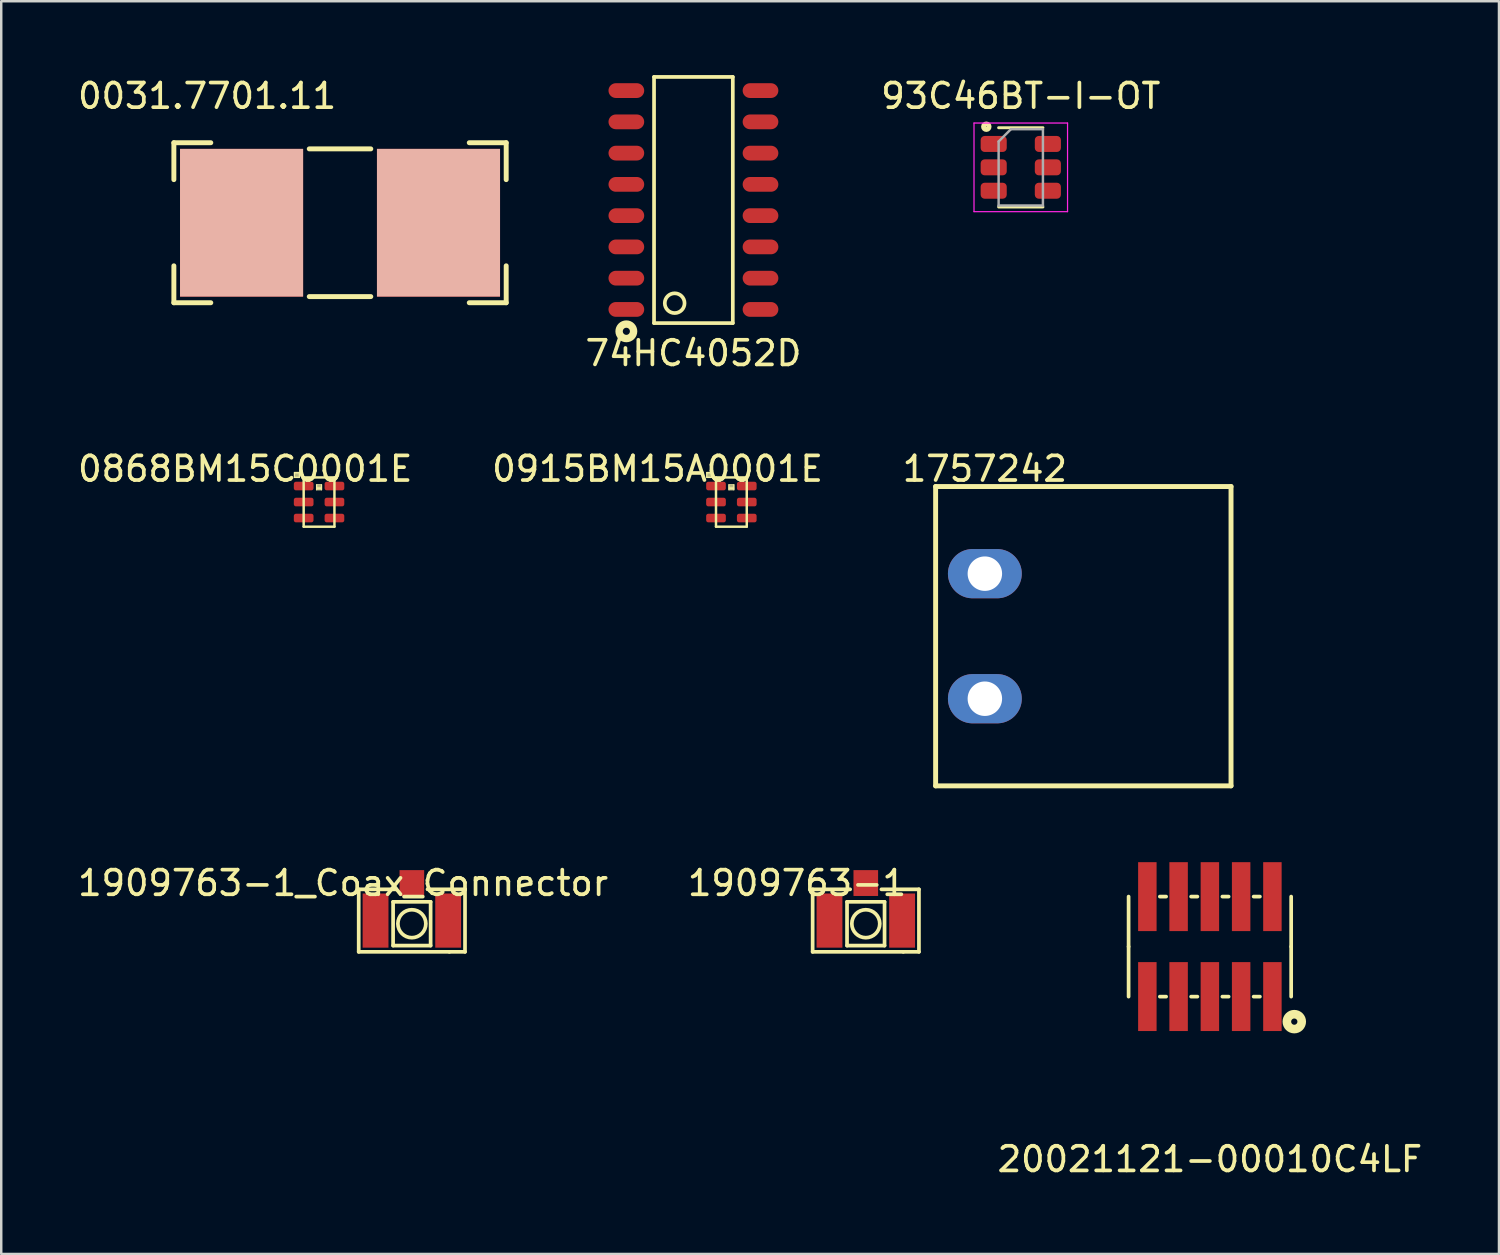
<source format=kicad_pcb>
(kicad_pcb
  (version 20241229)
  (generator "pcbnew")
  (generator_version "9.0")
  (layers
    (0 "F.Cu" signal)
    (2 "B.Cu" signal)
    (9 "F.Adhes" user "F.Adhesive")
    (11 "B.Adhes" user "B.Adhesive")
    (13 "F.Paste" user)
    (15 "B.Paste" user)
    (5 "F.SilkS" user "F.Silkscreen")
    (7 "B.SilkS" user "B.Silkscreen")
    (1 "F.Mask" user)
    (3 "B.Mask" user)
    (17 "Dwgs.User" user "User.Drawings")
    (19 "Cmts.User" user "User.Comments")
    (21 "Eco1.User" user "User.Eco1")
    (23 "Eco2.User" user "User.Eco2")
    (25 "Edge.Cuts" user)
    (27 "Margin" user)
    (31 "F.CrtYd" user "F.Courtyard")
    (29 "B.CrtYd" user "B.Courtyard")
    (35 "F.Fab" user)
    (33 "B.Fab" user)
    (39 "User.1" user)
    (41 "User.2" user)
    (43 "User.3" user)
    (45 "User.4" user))
  (footprint "93C46BT-I-OT"
    (layer "F.Cu")
    (at 38.417 3.748)
    (property "Reference" "93C46BT-I-OT" (at 0 -2.9 0) (layer "F.SilkS") (effects (font (size 1 1) (thickness 0.15))))
    (attr smd)
    (fp_line (start -0.9 -1.61) (end 0.9 -1.61) (stroke (width 0.12) (type solid)) (layer "F.SilkS"))
    (fp_line (start -0.9 1.61) (end 0.9 1.61) (stroke (width 0.12) (type solid)) (layer "F.SilkS"))
    (fp_circle (center -1.4 -1.65) (end -1.3 -1.6) (stroke (width 0.2) (type solid)) (fill no) (layer "F.SilkS"))
    (fp_line (start -1.9 -1.8) (end -1.9 1.8) (stroke (width 0.05) (type solid)) (layer "F.CrtYd"))
    (fp_line (start -1.9 1.8) (end 1.9 1.8) (stroke (width 0.05) (type solid)) (layer "F.CrtYd"))
    (fp_line (start 1.9 -1.8) (end -1.9 -1.8) (stroke (width 0.05) (type solid)) (layer "F.CrtYd"))
    (fp_line (start 1.9 1.8) (end 1.9 -1.8) (stroke (width 0.05) (type solid)) (layer "F.CrtYd"))
    (fp_line (start -0.9 -1.05) (end -0.9 1.55) (stroke (width 0.1) (type solid)) (layer "F.Fab"))
    (fp_line (start -0.4 -1.55) (end -0.9 -1.05) (stroke (width 0.1) (type solid)) (layer "F.Fab"))
    (fp_line (start 0.9 -1.55) (end -0.4 -1.55) (stroke (width 0.1) (type solid)) (layer "F.Fab"))
    (fp_line (start 0.9 -1.55) (end 0.9 1.55) (stroke (width 0.1) (type solid)) (layer "F.Fab"))
    (fp_line (start 0.9 1.55) (end -0.9 1.55) (stroke (width 0.1) (type solid)) (layer "F.Fab"))
    (pad "1" smd roundrect (at -1.1 -0.95) (size 1.06 0.65) (layers "F.Cu" "F.Mask" "F.Paste") (roundrect_rratio 0.25))
    (pad "2" smd roundrect (at -1.1 0) (size 1.06 0.65) (layers "F.Cu" "F.Mask" "F.Paste") (roundrect_rratio 0.25))
    (pad "3" smd roundrect (at -1.1 0.95) (size 1.06 0.65) (layers "F.Cu" "F.Mask" "F.Paste") (roundrect_rratio 0.25))
    (pad "4" smd roundrect (at 1.1 0.95) (size 1.06 0.65) (layers "F.Cu" "F.Mask" "F.Paste") (roundrect_rratio 0.25))
    (pad "5" smd roundrect (at 1.1 0) (size 1.06 0.65) (layers "F.Cu" "F.Mask" "F.Paste") (roundrect_rratio 0.25))
    (pad "6" smd roundrect (at 1.1 -0.95) (size 1.06 0.65) (layers "F.Cu" "F.Mask" "F.Paste") (roundrect_rratio 0.25)))
  (footprint "0031.7701.11"
    (layer "F.Cu")
    (at 10.763 5.998)
    (property "Reference" "0031.7701.11" (at -5.4 -5.15 0) (layer "F.SilkS") (effects (font (size 1 1) (thickness 0.15))))
    (attr through_hole)
    (fp_line (start -6.75 -1.75) (end -6.75 -3.25) (stroke (width 0.2) (type solid)) (layer "F.SilkS"))
    (fp_line (start -6.75 1.75) (end -6.75 3.25) (stroke (width 0.2) (type solid)) (layer "F.SilkS"))
    (fp_line (start -5.25 -3.25) (end -6.75 -3.25) (stroke (width 0.2) (type solid)) (layer "F.SilkS"))
    (fp_line (start -5.25 3.25) (end -6.75 3.25) (stroke (width 0.2) (type solid)) (layer "F.SilkS"))
    (fp_line (start 1.25 -3) (end -1.25 -3) (stroke (width 0.2) (type solid)) (layer "F.SilkS"))
    (fp_line (start 1.25 3) (end -1.25 3) (stroke (width 0.2) (type solid)) (layer "F.SilkS"))
    (fp_line (start 5.25 -3.25) (end 6.75 -3.25) (stroke (width 0.2) (type solid)) (layer "F.SilkS"))
    (fp_line (start 5.25 3.25) (end 6.75 3.25) (stroke (width 0.2) (type solid)) (layer "F.SilkS"))
    (fp_line (start 6.75 -1.75) (end 6.75 -3.25) (stroke (width 0.2) (type solid)) (layer "F.SilkS"))
    (fp_line (start 6.75 1.75) (end 6.75 3.25) (stroke (width 0.2) (type solid)) (layer "F.SilkS"))
    (pad "1" smd rect (at -4 0) (size 5 6) (layers "F.Cu" "F.Mask" "B.SilkS" "F.Paste"))
    (pad "2" smd rect (at 4 0) (size 5 6) (layers "F.Cu" "F.Mask" "B.SilkS" "F.Paste")))
  (footprint "1757242"
    (layer "F.Cu")
    (at 36.958 22.794)
    (property "Reference" "1757242" (at 0 -6.8 0) (layer "F.SilkS") (effects (font (size 1 1) (thickness 0.15))))
    (attr through_hole)
    (fp_line (start -2 -6.08) (end -2 6.08) (stroke (width 0.2) (type solid)) (layer "F.SilkS"))
    (fp_line (start -2 -6.08) (end 10 -6.08) (stroke (width 0.2) (type solid)) (layer "F.SilkS"))
    (fp_line (start -2 6.08) (end 10 6.08) (stroke (width 0.2) (type solid)) (layer "F.SilkS"))
    (fp_line (start 10 -6.08) (end 10 6.08) (stroke (width 0.2) (type solid)) (layer "F.SilkS"))
    (pad "1" thru_hole oval (at 0 -2.54 180) (size 3 2) (drill 1.4) (layers "*.Cu" "*.Mask"))
    (pad "2" thru_hole oval (at 0 2.54 180) (size 3 2) (drill 1.4) (layers "*.Cu" "*.Mask")))
  (footprint "1909763-1"
    (layer "F.Cu")
    (at 32.121 34.347)
    (property "Reference" "1909763-1" (at -2.794 -1.524 0) (layer "F.SilkS") (effects (font (size 1 1) (thickness 0.15))))
    (attr through_hole)
    (fp_line (start -2.159 -1.27) (end -0.635 -1.27) (stroke (width 0.15) (type solid)) (layer "F.SilkS"))
    (fp_line (start -2.159 1.27) (end -2.159 -1.27) (stroke (width 0.15) (type solid)) (layer "F.SilkS"))
    (fp_line (start -0.762 -0.762) (end -0.762 1.016) (stroke (width 0.15) (type solid)) (layer "F.SilkS"))
    (fp_line (start -0.762 -0.762) (end 0.762 -0.762) (stroke (width 0.15) (type solid)) (layer "F.SilkS"))
    (fp_line (start -0.762 1.016) (end 0.762 1.016) (stroke (width 0.15) (type solid)) (layer "F.SilkS"))
    (fp_line (start 0.635 -1.27) (end 2.159 -1.27) (stroke (width 0.15) (type solid)) (layer "F.SilkS"))
    (fp_line (start 0.762 1.016) (end 0.762 -0.762) (stroke (width 0.15) (type solid)) (layer "F.SilkS"))
    (fp_line (start 1.524 1.27) (end -2.159 1.27) (stroke (width 0.15) (type solid)) (layer "F.SilkS"))
    (fp_line (start 2.159 -1.27) (end 2.159 1.27) (stroke (width 0.15) (type solid)) (layer "F.SilkS"))
    (fp_line (start 2.159 1.27) (end 1.524 1.27) (stroke (width 0.15) (type solid)) (layer "F.SilkS"))
    (fp_circle (center 0 0.127) (end 0.254 0.635) (stroke (width 0.15) (type solid)) (fill no) (layer "F.SilkS"))
    (pad "1" smd rect (at 0 -1.525) (size 1 1.05) (layers "F.Cu" "F.Mask" "F.Paste"))
    (pad "2" smd rect (at -1.475 0) (size 1.05 2.2) (layers "F.Cu" "F.Mask" "F.Paste"))
    (pad "2" smd rect (at 1.475 0) (size 1.05 2.2) (layers "F.Cu" "F.Mask" "F.Paste")))
  (footprint "1909763-1_Coax_Connector"
    (layer "F.Cu")
    (at 13.681 34.347)
    (property "Reference" "1909763-1_Coax_Connector" (at -2.794 -1.524 0) (layer "F.SilkS") (effects (font (size 1 1) (thickness 0.15))))
    (attr through_hole)
    (fp_line (start -2.159 -1.27) (end -0.635 -1.27) (stroke (width 0.15) (type solid)) (layer "F.SilkS"))
    (fp_line (start -2.159 1.27) (end -2.159 -1.27) (stroke (width 0.15) (type solid)) (layer "F.SilkS"))
    (fp_line (start -0.762 -0.762) (end -0.762 1.016) (stroke (width 0.15) (type solid)) (layer "F.SilkS"))
    (fp_line (start -0.762 -0.762) (end 0.762 -0.762) (stroke (width 0.15) (type solid)) (layer "F.SilkS"))
    (fp_line (start -0.762 1.016) (end 0.762 1.016) (stroke (width 0.15) (type solid)) (layer "F.SilkS"))
    (fp_line (start 0.635 -1.27) (end 2.159 -1.27) (stroke (width 0.15) (type solid)) (layer "F.SilkS"))
    (fp_line (start 0.762 1.016) (end 0.762 -0.762) (stroke (width 0.15) (type solid)) (layer "F.SilkS"))
    (fp_line (start 1.524 1.27) (end -2.159 1.27) (stroke (width 0.15) (type solid)) (layer "F.SilkS"))
    (fp_line (start 2.159 -1.27) (end 2.159 1.27) (stroke (width 0.15) (type solid)) (layer "F.SilkS"))
    (fp_line (start 2.159 1.27) (end 1.524 1.27) (stroke (width 0.15) (type solid)) (layer "F.SilkS"))
    (fp_circle (center 0 0.127) (end 0.254 0.635) (stroke (width 0.15) (type solid)) (fill no) (layer "F.SilkS"))
    (pad "0" smd rect (at -1.475 0) (size 1.05 2.2) (layers "F.Cu" "F.Mask" "F.Paste"))
    (pad "0" smd rect (at 1.475 0) (size 1.05 2.2) (layers "F.Cu" "F.Mask" "F.Paste"))
    (pad "1" smd rect (at 0 -1.525) (size 1 1.05) (layers "F.Cu" "F.Mask" "F.Paste")))
  (footprint "0915BM15A0001E"
    (layer "F.Cu")
    (at 26.661 17.345)
    (property "Reference" "0915BM15A0001E" (at -3 -1.35 0) (layer "F.SilkS") (effects (font (size 1 1) (thickness 0.15))))
    (attr through_hole)
    (fp_line (start -1 -1.2) (end -1 -1) (stroke (width 0.05) (type solid)) (layer "F.SilkS"))
    (fp_line (start -1 -1.2) (end -0.8 -1.2) (stroke (width 0.05) (type solid)) (layer "F.SilkS"))
    (fp_line (start -1 -1.15) (end -0.8 -1.15) (stroke (width 0.05) (type solid)) (layer "F.SilkS"))
    (fp_line (start -1 -1.1) (end -0.8 -1.1) (stroke (width 0.05) (type solid)) (layer "F.SilkS"))
    (fp_line (start -1 -1.05) (end -0.8 -1.05) (stroke (width 0.05) (type solid)) (layer "F.SilkS"))
    (fp_line (start -1 -1) (end -0.8 -1) (stroke (width 0.05) (type solid)) (layer "F.SilkS"))
    (fp_line (start -0.8 -1.2) (end -0.8 -1) (stroke (width 0.05) (type solid)) (layer "F.SilkS"))
    (fp_line (start -0.625 -1) (end -0.625 1) (stroke (width 0.1) (type solid)) (layer "F.SilkS"))
    (fp_line (start -0.625 -1) (end 0.625 -1) (stroke (width 0.1) (type solid)) (layer "F.SilkS"))
    (fp_line (start -0.625 1) (end 0.625 1) (stroke (width 0.1) (type solid)) (layer "F.SilkS"))
    (fp_line (start -0.1 -0.7) (end -0.1 -0.5) (stroke (width 0.05) (type solid)) (layer "F.SilkS"))
    (fp_line (start -0.1 -0.7) (end 0.1 -0.7) (stroke (width 0.05) (type solid)) (layer "F.SilkS"))
    (fp_line (start -0.1 -0.65) (end 0.1 -0.65) (stroke (width 0.05) (type solid)) (layer "F.SilkS"))
    (fp_line (start -0.1 -0.6) (end 0.1 -0.6) (stroke (width 0.05) (type solid)) (layer "F.SilkS"))
    (fp_line (start -0.1 -0.55) (end 0.1 -0.55) (stroke (width 0.05) (type solid)) (layer "F.SilkS"))
    (fp_line (start -0.1 -0.5) (end 0.1 -0.5) (stroke (width 0.05) (type solid)) (layer "F.SilkS"))
    (fp_line (start 0.1 -0.7) (end 0.1 -0.5) (stroke (width 0.05) (type solid)) (layer "F.SilkS"))
    (fp_line (start 0.625 -1) (end 0.625 1) (stroke (width 0.1) (type solid)) (layer "F.SilkS"))
    (pad "1" smd roundrect (at -0.625 -0.65 90) (size 0.35 0.8) (layers "F.Cu" "F.Mask" "F.Paste") (roundrect_rratio 0.25))
    (pad "2" smd roundrect (at -0.625 0 90) (size 0.35 0.8) (layers "F.Cu" "F.Mask" "F.Paste") (roundrect_rratio 0.25))
    (pad "3" smd roundrect (at -0.625 0.65 90) (size 0.35 0.8) (layers "F.Cu" "F.Mask" "F.Paste") (roundrect_rratio 0.25))
    (pad "4" smd roundrect (at 0.625 0.65 90) (size 0.35 0.8) (layers "F.Cu" "F.Mask" "F.Paste") (roundrect_rratio 0.25))
    (pad "5" smd roundrect (at 0.625 0 90) (size 0.35 0.8) (layers "F.Cu" "F.Mask" "F.Paste") (roundrect_rratio 0.25))
    (pad "6" smd roundrect (at 0.625 -0.65 90) (size 0.35 0.8) (layers "F.Cu" "F.Mask" "F.Paste") (roundrect_rratio 0.25)))
  (footprint "0868BM15C0001E"
    (layer "F.Cu")
    (at 9.911 17.345)
    (property "Reference" "0868BM15C0001E" (at -3 -1.35 0) (layer "F.SilkS") (effects (font (size 1 1) (thickness 0.15))))
    (attr through_hole)
    (fp_line (start -1 -1.2) (end -1 -1) (stroke (width 0.05) (type solid)) (layer "F.SilkS"))
    (fp_line (start -1 -1.2) (end -0.8 -1.2) (stroke (width 0.05) (type solid)) (layer "F.SilkS"))
    (fp_line (start -1 -1.15) (end -0.8 -1.15) (stroke (width 0.05) (type solid)) (layer "F.SilkS"))
    (fp_line (start -1 -1.1) (end -0.8 -1.1) (stroke (width 0.05) (type solid)) (layer "F.SilkS"))
    (fp_line (start -1 -1.05) (end -0.8 -1.05) (stroke (width 0.05) (type solid)) (layer "F.SilkS"))
    (fp_line (start -1 -1) (end -0.8 -1) (stroke (width 0.05) (type solid)) (layer "F.SilkS"))
    (fp_line (start -0.8 -1.2) (end -0.8 -1) (stroke (width 0.05) (type solid)) (layer "F.SilkS"))
    (fp_line (start -0.625 -1) (end -0.625 1) (stroke (width 0.1) (type solid)) (layer "F.SilkS"))
    (fp_line (start -0.625 -1) (end 0.625 -1) (stroke (width 0.1) (type solid)) (layer "F.SilkS"))
    (fp_line (start -0.625 1) (end 0.625 1) (stroke (width 0.1) (type solid)) (layer "F.SilkS"))
    (fp_line (start -0.1 -0.7) (end -0.1 -0.5) (stroke (width 0.05) (type solid)) (layer "F.SilkS"))
    (fp_line (start -0.1 -0.7) (end 0.1 -0.7) (stroke (width 0.05) (type solid)) (layer "F.SilkS"))
    (fp_line (start -0.1 -0.65) (end 0.1 -0.65) (stroke (width 0.05) (type solid)) (layer "F.SilkS"))
    (fp_line (start -0.1 -0.6) (end 0.1 -0.6) (stroke (width 0.05) (type solid)) (layer "F.SilkS"))
    (fp_line (start -0.1 -0.55) (end 0.1 -0.55) (stroke (width 0.05) (type solid)) (layer "F.SilkS"))
    (fp_line (start -0.1 -0.5) (end 0.1 -0.5) (stroke (width 0.05) (type solid)) (layer "F.SilkS"))
    (fp_line (start 0.1 -0.7) (end 0.1 -0.5) (stroke (width 0.05) (type solid)) (layer "F.SilkS"))
    (fp_line (start 0.625 -1) (end 0.625 1) (stroke (width 0.1) (type solid)) (layer "F.SilkS"))
    (pad "1" smd roundrect (at -0.625 -0.65 90) (size 0.35 0.8) (layers "F.Cu" "F.Mask" "F.Paste") (roundrect_rratio 0.25))
    (pad "2" smd roundrect (at -0.625 0 90) (size 0.35 0.8) (layers "F.Cu" "F.Mask" "F.Paste") (roundrect_rratio 0.25))
    (pad "3" smd roundrect (at -0.625 0.65 90) (size 0.35 0.8) (layers "F.Cu" "F.Mask" "F.Paste") (roundrect_rratio 0.25))
    (pad "4" smd roundrect (at 0.625 0.65 90) (size 0.35 0.8) (layers "F.Cu" "F.Mask" "F.Paste") (roundrect_rratio 0.25))
    (pad "5" smd roundrect (at 0.625 0 90) (size 0.35 0.8) (layers "F.Cu" "F.Mask" "F.Paste") (roundrect_rratio 0.25))
    (pad "6" smd roundrect (at 0.625 -0.65 90) (size 0.35 0.8) (layers "F.Cu" "F.Mask" "F.Paste") (roundrect_rratio 0.25)))
  (footprint "74HC4052D"
    (layer "F.Cu")
    (at 25.119 5.075)
    (property "Reference" "74HC4052D" (at 0 6.223 0) (layer "F.SilkS") (effects (font (size 1 1) (thickness 0.15))))
    (attr through_hole)
    (fp_line (start -1.6 -5) (end -1.6 5) (stroke (width 0.15) (type solid)) (layer "F.SilkS"))
    (fp_line (start -1.6 -5) (end 1.6 -5) (stroke (width 0.15) (type solid)) (layer "F.SilkS"))
    (fp_line (start -1.6 5) (end 1.6 5) (stroke (width 0.15) (type solid)) (layer "F.SilkS"))
    (fp_line (start 1.6 -5) (end 1.6 5) (stroke (width 0.15) (type solid)) (layer "F.SilkS"))
    (fp_circle (center -2.725 5.334) (end -2.794 5.461) (stroke (width 0.3) (type solid)) (fill no) (layer "F.SilkS"))
    (fp_circle (center -0.762 4.191) (end -0.635 4.572) (stroke (width 0.15) (type solid)) (fill no) (layer "F.SilkS"))
    (pad "1" smd oval (at -2.725 4.445) (size 1.45 0.6) (layers "F.Cu" "F.Mask" "F.Paste"))
    (pad "2" smd oval (at -2.725 3.175) (size 1.45 0.6) (layers "F.Cu" "F.Mask" "F.Paste"))
    (pad "3" smd oval (at -2.725 1.905) (size 1.45 0.6) (layers "F.Cu" "F.Mask" "F.Paste"))
    (pad "4" smd oval (at -2.725 0.635) (size 1.45 0.6) (layers "F.Cu" "F.Mask" "F.Paste"))
    (pad "5" smd oval (at -2.725 -0.635) (size 1.45 0.6) (layers "F.Cu" "F.Mask" "F.Paste"))
    (pad "6" smd oval (at -2.725 -1.905) (size 1.45 0.6) (layers "F.Cu" "F.Mask" "F.Paste"))
    (pad "7" smd oval (at -2.725 -3.175) (size 1.45 0.6) (layers "F.Cu" "F.Mask" "F.Paste"))
    (pad "8" smd oval (at -2.725 -4.445) (size 1.45 0.6) (layers "F.Cu" "F.Mask" "F.Paste"))
    (pad "9" smd oval (at 2.725 -4.445) (size 1.45 0.6) (layers "F.Cu" "F.Mask" "F.Paste"))
    (pad "10" smd oval (at 2.725 -3.175) (size 1.45 0.6) (layers "F.Cu" "F.Mask" "F.Paste"))
    (pad "11" smd oval (at 2.725 -1.905) (size 1.45 0.6) (layers "F.Cu" "F.Mask" "F.Paste"))
    (pad "12" smd oval (at 2.725 -0.635) (size 1.45 0.6) (layers "F.Cu" "F.Mask" "F.Paste"))
    (pad "13" smd oval (at 2.725 0.635) (size 1.45 0.6) (layers "F.Cu" "F.Mask" "F.Paste"))
    (pad "14" smd oval (at 2.725 1.905) (size 1.45 0.6) (layers "F.Cu" "F.Mask" "F.Paste"))
    (pad "15" smd oval (at 2.725 3.175) (size 1.45 0.6) (layers "F.Cu" "F.Mask" "F.Paste"))
    (pad "16" smd oval (at 2.725 4.445) (size 1.45 0.6) (layers "F.Cu" "F.Mask" "F.Paste")))
  (footprint "20021121-00010C4LF"
    (layer "F.Cu")
    (at 46.099 35.404)
    (property "Reference" "20021121-00010C4LF" (at 0 8.636 0) (layer "F.SilkS") (effects (font (size 1 1) (thickness 0.15))))
    (attr through_hole)
    (fp_line (start -3.302 0) (end -3.302 -2.032) (stroke (width 0.15) (type solid)) (layer "F.SilkS"))
    (fp_line (start -3.302 2.032) (end -3.302 0) (stroke (width 0.15) (type solid)) (layer "F.SilkS"))
    (fp_line (start -2.032 2.032) (end -1.778 2.032) (stroke (width 0.15) (type solid)) (layer "F.SilkS"))
    (fp_line (start -1.778 -2.032) (end -2.032 -2.032) (stroke (width 0.15) (type solid)) (layer "F.SilkS"))
    (fp_line (start -0.762 2.032) (end -0.508 2.032) (stroke (width 0.15) (type solid)) (layer "F.SilkS"))
    (fp_line (start -0.508 -2.032) (end -0.762 -2.032) (stroke (width 0.15) (type solid)) (layer "F.SilkS"))
    (fp_line (start 0.508 2.032) (end 0.762 2.032) (stroke (width 0.15) (type solid)) (layer "F.SilkS"))
    (fp_line (start 0.762 -2.032) (end 0.508 -2.032) (stroke (width 0.15) (type solid)) (layer "F.SilkS"))
    (fp_line (start 1.778 2.032) (end 2.032 2.032) (stroke (width 0.15) (type solid)) (layer "F.SilkS"))
    (fp_line (start 2.032 -2.032) (end 1.778 -2.032) (stroke (width 0.15) (type solid)) (layer "F.SilkS"))
    (fp_line (start 3.302 0) (end 3.302 -2.032) (stroke (width 0.15) (type solid)) (layer "F.SilkS"))
    (fp_line (start 3.302 2.032) (end 3.302 0) (stroke (width 0.15) (type solid)) (layer "F.SilkS"))
    (fp_circle (center 3.429 3.048) (end 3.556 3.046) (stroke (width 0.35) (type solid)) (fill no) (layer "F.SilkS"))
    (pad "1" smd rect (at 2.54 2.03) (size 0.75 2.8) (layers "F.Cu" "F.Mask" "F.Paste"))
    (pad "2" smd rect (at 2.54 -2.03) (size 0.75 2.8) (layers "F.Cu" "F.Mask" "F.Paste"))
    (pad "3" smd rect (at 1.27 2.03) (size 0.75 2.8) (layers "F.Cu" "F.Mask" "F.Paste"))
    (pad "4" smd rect (at 1.27 -2.03) (size 0.75 2.8) (layers "F.Cu" "F.Mask" "F.Paste"))
    (pad "5" smd rect (at 0 2.03) (size 0.75 2.8) (layers "F.Cu" "F.Mask" "F.Paste"))
    (pad "6" smd rect (at 0 -2.03) (size 0.75 2.8) (layers "F.Cu" "F.Mask" "F.Paste"))
    (pad "7" smd rect (at -1.27 2.03) (size 0.75 2.8) (layers "F.Cu" "F.Mask" "F.Paste"))
    (pad "8" smd rect (at -1.27 -2.03) (size 0.75 2.8) (layers "F.Cu" "F.Mask" "F.Paste"))
    (pad "9" smd rect (at -2.54 2.03) (size 0.75 2.8) (layers "F.Cu" "F.Mask" "F.Paste"))
    (pad "10" smd rect (at -2.54 -2.03) (size 0.75 2.8) (layers "F.Cu" "F.Mask" "F.Paste")))
  (gr_rect
    (start -3 -3)
    (end 57.843 47.889)
    (stroke (width 0.1) (type default))
    (fill no)
    (layer "Edge.Cuts")))
</source>
